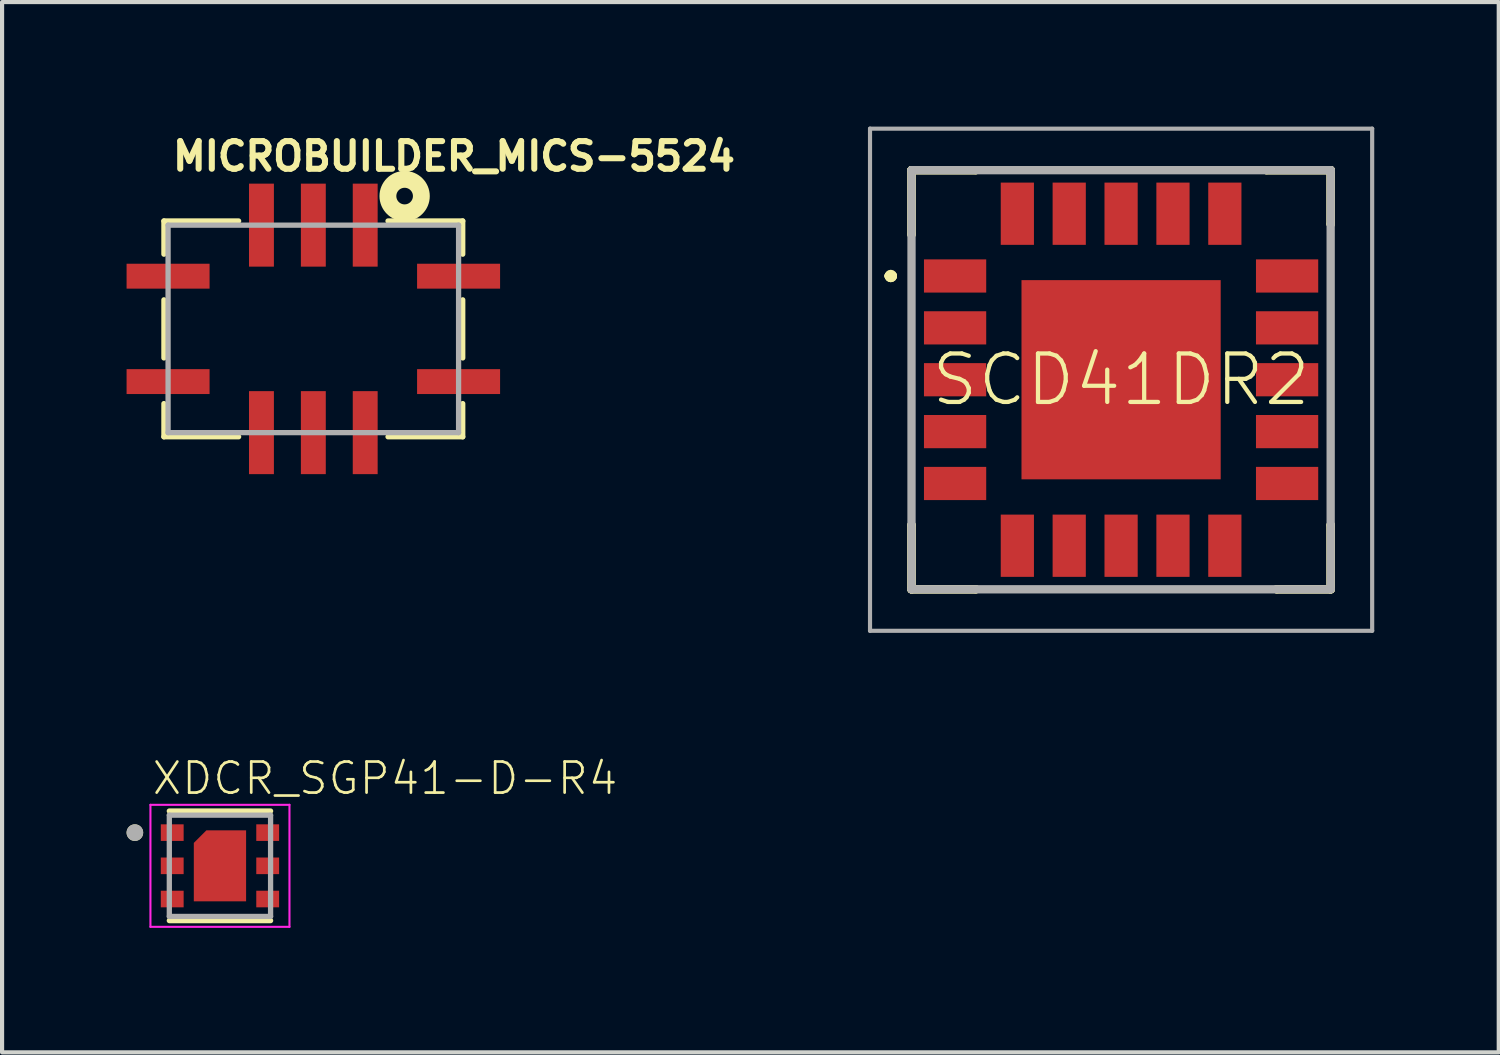
<source format=kicad_pcb>
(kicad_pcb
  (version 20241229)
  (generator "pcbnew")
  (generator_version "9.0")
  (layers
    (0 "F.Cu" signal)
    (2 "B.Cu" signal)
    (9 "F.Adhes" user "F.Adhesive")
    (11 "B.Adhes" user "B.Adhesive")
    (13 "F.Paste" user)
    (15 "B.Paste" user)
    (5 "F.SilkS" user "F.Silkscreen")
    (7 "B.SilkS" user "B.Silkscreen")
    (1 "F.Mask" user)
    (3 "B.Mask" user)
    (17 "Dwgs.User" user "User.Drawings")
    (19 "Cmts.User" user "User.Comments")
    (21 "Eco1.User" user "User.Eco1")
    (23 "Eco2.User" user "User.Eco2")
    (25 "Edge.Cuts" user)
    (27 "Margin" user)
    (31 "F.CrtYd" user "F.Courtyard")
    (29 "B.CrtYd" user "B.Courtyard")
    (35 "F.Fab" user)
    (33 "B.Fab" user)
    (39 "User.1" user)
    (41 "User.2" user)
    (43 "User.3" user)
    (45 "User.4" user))
  (footprint "XDCR_SGP41-D-R4"
    (layer "F.Cu")
    (at 2.25 17.813)
    (property "Reference" "XDCR_SGP41-D-R4" (at -1.675 -1.67 0) (unlocked yes) (layer "F.SilkS") (effects (font (size 0.748 0.748) (thickness 0.065)) (justify left bottom)))
    (fp_poly (pts (xy 0.63 0.855) (xy -0.63 0.855) (xy -0.63 -0.552) (xy -0.327 -0.855) (xy 0.63 -0.855)) (stroke (width 0) (type default)) (fill yes) (layer "F.Cu"))
    (fp_poly (pts (xy 0.68 0.905) (xy -0.68 0.905) (xy -0.68 -0.582) (xy -0.357 -0.905) (xy 0.68 -0.905)) (stroke (width 0) (type default)) (fill yes) (layer "F.Mask"))
    (fp_line (start -1.22 -1.32) (end 1.22 -1.32) (stroke (width 0.127) (type solid)) (layer "F.SilkS"))
    (fp_line (start 1.22 1.32) (end -1.22 1.32) (stroke (width 0.127) (type solid)) (layer "F.SilkS"))
    (fp_circle (center -2.05 -0.8) (end -1.95 -0.8) (stroke (width 0.2) (type solid)) (fill no) (layer "F.SilkS"))
    (fp_poly (pts (xy 0.53 0.755) (xy -0.53 0.755) (xy -0.53 -0.452) (xy -0.227 -0.755) (xy 0.53 -0.755)) (stroke (width 0) (type default)) (fill yes) (layer "F.Paste"))
    (fp_line (start -1.675 -1.47) (end -1.675 1.47) (stroke (width 0.05) (type solid)) (layer "F.CrtYd"))
    (fp_line (start -1.675 1.47) (end 1.675 1.47) (stroke (width 0.05) (type solid)) (layer "F.CrtYd"))
    (fp_line (start 1.675 -1.47) (end -1.675 -1.47) (stroke (width 0.05) (type solid)) (layer "F.CrtYd"))
    (fp_line (start 1.675 1.47) (end 1.675 -1.47) (stroke (width 0.05) (type solid)) (layer "F.CrtYd"))
    (fp_line (start -1.22 -1.22) (end 1.22 -1.22) (stroke (width 0.127) (type solid)) (layer "F.Fab"))
    (fp_line (start -1.22 1.22) (end -1.22 -1.22) (stroke (width 0.127) (type solid)) (layer "F.Fab"))
    (fp_line (start 1.22 -1.22) (end 1.22 1.22) (stroke (width 0.127) (type solid)) (layer "F.Fab"))
    (fp_line (start 1.22 1.22) (end -1.22 1.22) (stroke (width 0.127) (type solid)) (layer "F.Fab"))
    (fp_circle (center -2.05 -0.8) (end -1.95 -0.8) (stroke (width 0.2) (type solid)) (fill no) (layer "F.Fab"))
    (pad "1" smd rect (at -1.15 -0.8) (size 0.55 0.4) (layers "F.Cu" "F.Mask" "F.Paste"))
    (pad "2" smd rect (at -1.15 0) (size 0.55 0.4) (layers "F.Cu" "F.Mask" "F.Paste"))
    (pad "3" smd rect (at -1.15 0.8) (size 0.55 0.4) (layers "F.Cu" "F.Mask" "F.Paste"))
    (pad "4" smd rect (at 1.15 0.8) (size 0.55 0.4) (layers "F.Cu" "F.Mask" "F.Paste"))
    (pad "5" smd rect (at 1.15 0) (size 0.55 0.4) (layers "F.Cu" "F.Mask" "F.Paste"))
    (pad "6" smd rect (at 1.15 -0.8) (size 0.55 0.4) (layers "F.Cu" "F.Mask" "F.Paste"))
    (pad "7" smd rect (at 0 0) (size 0.5 0.5) (layers "F.Cu")))
  (footprint "SCD41DR2"
    (layer "F.Cu")
    (at 23.964 6.1)
    (property "Reference" "SCD41DR2" (at 0 0 0) (unlocked yes) (layer "F.SilkS") (effects (font (size 1.168 1.168) (thickness 0.102))))
    (fp_line (start -5.6 -2.5) (end -5.6 -2.5) (stroke (width 0.2) (type solid)) (layer "F.SilkS"))
    (fp_line (start -5.6 -2.5) (end -5.6 -2.5) (stroke (width 0.2) (type solid)) (layer "F.SilkS"))
    (fp_line (start -5.5 -2.5) (end -5.5 -2.5) (stroke (width 0.2) (type solid)) (layer "F.SilkS"))
    (fp_line (start -5.05 -5.05) (end -5.05 -5.05) (stroke (width 0.2) (type solid)) (layer "F.SilkS"))
    (fp_line (start -5.05 -5.05) (end -5.05 -5.05) (stroke (width 0.2) (type solid)) (layer "F.SilkS"))
    (fp_line (start -5.05 -5.05) (end -5.05 -3.5) (stroke (width 0.2) (type solid)) (layer "F.SilkS"))
    (fp_line (start -5.05 -5.05) (end -3.5 -5.05) (stroke (width 0.2) (type solid)) (layer "F.SilkS"))
    (fp_line (start -5.05 -3.5) (end -5.05 -5.05) (stroke (width 0.2) (type solid)) (layer "F.SilkS"))
    (fp_line (start -5.05 -3.5) (end -5.05 -3.5) (stroke (width 0.2) (type solid)) (layer "F.SilkS"))
    (fp_line (start -5.05 3.5) (end -5.05 3.5) (stroke (width 0.2) (type solid)) (layer "F.SilkS"))
    (fp_line (start -5.05 3.5) (end -5.05 5.05) (stroke (width 0.2) (type solid)) (layer "F.SilkS"))
    (fp_line (start -5.05 5.05) (end -5.05 3.5) (stroke (width 0.2) (type solid)) (layer "F.SilkS"))
    (fp_line (start -5.05 5.05) (end -5.05 5.05) (stroke (width 0.2) (type solid)) (layer "F.SilkS"))
    (fp_line (start -5.05 5.05) (end -5.05 5.05) (stroke (width 0.2) (type solid)) (layer "F.SilkS"))
    (fp_line (start -5.05 5.05) (end -3.5 5.05) (stroke (width 0.2) (type solid)) (layer "F.SilkS"))
    (fp_line (start -3.5 -5.05) (end -5.05 -5.05) (stroke (width 0.2) (type solid)) (layer "F.SilkS"))
    (fp_line (start -3.5 -5.05) (end -3.5 -5.05) (stroke (width 0.2) (type solid)) (layer "F.SilkS"))
    (fp_line (start -3.5 5.05) (end -5.05 5.05) (stroke (width 0.2) (type solid)) (layer "F.SilkS"))
    (fp_line (start -3.5 5.05) (end -3.5 5.05) (stroke (width 0.2) (type solid)) (layer "F.SilkS"))
    (fp_line (start 3.5 -5.05) (end 3.5 -5.05) (stroke (width 0.2) (type solid)) (layer "F.SilkS"))
    (fp_line (start 3.5 -5.05) (end 5.05 -5.05) (stroke (width 0.2) (type solid)) (layer "F.SilkS"))
    (fp_line (start 3.75 5.05) (end 3.75 5.05) (stroke (width 0.2) (type solid)) (layer "F.SilkS"))
    (fp_line (start 3.75 5.05) (end 5.05 5.05) (stroke (width 0.2) (type solid)) (layer "F.SilkS"))
    (fp_line (start 5.05 -5.05) (end 3.5 -5.05) (stroke (width 0.2) (type solid)) (layer "F.SilkS"))
    (fp_line (start 5.05 -5.05) (end 5.05 -5.05) (stroke (width 0.2) (type solid)) (layer "F.SilkS"))
    (fp_line (start 5.05 -5.05) (end 5.05 -5.05) (stroke (width 0.2) (type solid)) (layer "F.SilkS"))
    (fp_line (start 5.05 -5.05) (end 5.05 -3.75) (stroke (width 0.2) (type solid)) (layer "F.SilkS"))
    (fp_line (start 5.05 -3.75) (end 5.05 -5.05) (stroke (width 0.2) (type solid)) (layer "F.SilkS"))
    (fp_line (start 5.05 -3.75) (end 5.05 -3.75) (stroke (width 0.2) (type solid)) (layer "F.SilkS"))
    (fp_line (start 5.05 3.5) (end 5.05 3.5) (stroke (width 0.2) (type solid)) (layer "F.SilkS"))
    (fp_line (start 5.05 3.5) (end 5.05 5.05) (stroke (width 0.2) (type solid)) (layer "F.SilkS"))
    (fp_line (start 5.05 5.05) (end 3.75 5.05) (stroke (width 0.2) (type solid)) (layer "F.SilkS"))
    (fp_line (start 5.05 5.05) (end 5.05 3.5) (stroke (width 0.2) (type solid)) (layer "F.SilkS"))
    (fp_line (start 5.05 5.05) (end 5.05 5.05) (stroke (width 0.2) (type solid)) (layer "F.SilkS"))
    (fp_line (start 5.05 5.05) (end 5.05 5.05) (stroke (width 0.2) (type solid)) (layer "F.SilkS"))
    (fp_arc (start -5.6 -2.5) (mid -5.55 -2.55) (end -5.5 -2.5) (stroke (width 0.2) (type solid)) (layer "F.SilkS"))
    (fp_arc (start -5.5 -2.5) (mid -5.55 -2.45) (end -5.6 -2.5) (stroke (width 0.2) (type solid)) (layer "F.SilkS"))
    (fp_arc (start -5.5 -2.5) (mid -5.55 -2.45) (end -5.6 -2.5) (stroke (width 0.2) (type solid)) (layer "F.SilkS"))
    (fp_line (start -6.05 -6.05) (end 6.05 -6.05) (stroke (width 0.1) (type solid)) (layer "F.Fab"))
    (fp_line (start -6.05 6.05) (end -6.05 -6.05) (stroke (width 0.1) (type solid)) (layer "F.Fab"))
    (fp_line (start -5.05 -5.05) (end -5.05 5.05) (stroke (width 0.2) (type solid)) (layer "F.Fab"))
    (fp_line (start -5.05 5.05) (end 5.05 5.05) (stroke (width 0.2) (type solid)) (layer "F.Fab"))
    (fp_line (start 5.05 -5.05) (end -5.05 -5.05) (stroke (width 0.2) (type solid)) (layer "F.Fab"))
    (fp_line (start 5.05 5.05) (end 5.05 -5.05) (stroke (width 0.2) (type solid)) (layer "F.Fab"))
    (fp_line (start 6.05 -6.05) (end 6.05 6.05) (stroke (width 0.1) (type solid)) (layer "F.Fab"))
    (fp_line (start 6.05 6.05) (end -6.05 6.05) (stroke (width 0.1) (type solid)) (layer "F.Fab"))
    (pad "1" smd rect (at -4 -2.5) (size 1.5 0.8) (layers "F.Cu" "F.Mask" "F.Paste"))
    (pad "2" smd rect (at -4 -1.25) (size 1.5 0.8) (layers "F.Cu" "F.Mask" "F.Paste"))
    (pad "3" smd rect (at -4 0) (size 1.5 0.8) (layers "F.Cu" "F.Mask" "F.Paste"))
    (pad "4" smd rect (at -4 1.25) (size 1.5 0.8) (layers "F.Cu" "F.Mask" "F.Paste"))
    (pad "5" smd rect (at -4 2.5) (size 1.5 0.8) (layers "F.Cu" "F.Mask" "F.Paste"))
    (pad "6" smd rect (at -2.5 4 90) (size 1.5 0.8) (layers "F.Cu" "F.Mask" "F.Paste"))
    (pad "7" smd rect (at -1.25 4 90) (size 1.5 0.8) (layers "F.Cu" "F.Mask" "F.Paste"))
    (pad "8" smd rect (at 0 4 90) (size 1.5 0.8) (layers "F.Cu" "F.Mask" "F.Paste"))
    (pad "9" smd rect (at 1.25 4 90) (size 1.5 0.8) (layers "F.Cu" "F.Mask" "F.Paste"))
    (pad "10" smd rect (at 2.5 4 90) (size 1.5 0.8) (layers "F.Cu" "F.Mask" "F.Paste"))
    (pad "11" smd rect (at 4 2.5) (size 1.5 0.8) (layers "F.Cu" "F.Mask" "F.Paste"))
    (pad "12" smd rect (at 4 1.25) (size 1.5 0.8) (layers "F.Cu" "F.Mask" "F.Paste"))
    (pad "13" smd rect (at 4 0) (size 1.5 0.8) (layers "F.Cu" "F.Mask" "F.Paste"))
    (pad "14" smd rect (at 4 -1.25) (size 1.5 0.8) (layers "F.Cu" "F.Mask" "F.Paste"))
    (pad "15" smd rect (at 4 -2.5) (size 1.5 0.8) (layers "F.Cu" "F.Mask" "F.Paste"))
    (pad "16" smd rect (at 2.5 -4 90) (size 1.5 0.8) (layers "F.Cu" "F.Mask" "F.Paste"))
    (pad "17" smd rect (at 1.25 -4 90) (size 1.5 0.8) (layers "F.Cu" "F.Mask" "F.Paste"))
    (pad "18" smd rect (at 0 -4 90) (size 1.5 0.8) (layers "F.Cu" "F.Mask" "F.Paste"))
    (pad "19" smd rect (at -1.25 -4 90) (size 1.5 0.8) (layers "F.Cu" "F.Mask" "F.Paste"))
    (pad "20" smd rect (at -2.5 -4 90) (size 1.5 0.8) (layers "F.Cu" "F.Mask" "F.Paste"))
    (pad "21" smd rect (at 0 0) (size 4.8 4.8) (layers "F.Cu" "F.Mask" "F.Paste")))
  (footprint "MICROBUILDER_MICS-5524"
    (layer "F.Cu")
    (at 4.5 4.875)
    (property "Reference" "MICROBUILDER_MICS-5524" (at -3.462 -3.77 0) (unlocked yes) (layer "F.SilkS") (effects (font (size 0.666 0.666) (thickness 0.146)) (justify left bottom)))
    (fp_line (start -3.6 -2.6) (end -1.8 -2.6) (stroke (width 0.127) (type solid)) (layer "F.SilkS"))
    (fp_line (start -3.6 -1.8) (end -3.6 -2.6) (stroke (width 0.127) (type solid)) (layer "F.SilkS"))
    (fp_line (start -3.6 -0.7) (end -3.6 0.7) (stroke (width 0.127) (type solid)) (layer "F.SilkS"))
    (fp_line (start -3.6 2.6) (end -3.6 1.8) (stroke (width 0.127) (type solid)) (layer "F.SilkS"))
    (fp_line (start -1.8 2.6) (end -3.6 2.6) (stroke (width 0.127) (type solid)) (layer "F.SilkS"))
    (fp_line (start 1.8 -2.6) (end 3.6 -2.6) (stroke (width 0.127) (type solid)) (layer "F.SilkS"))
    (fp_line (start 1.8 2.6) (end 3.6 2.6) (stroke (width 0.127) (type solid)) (layer "F.SilkS"))
    (fp_line (start 3.6 -2.6) (end 3.6 -1.8) (stroke (width 0.127) (type solid)) (layer "F.SilkS"))
    (fp_line (start 3.6 -0.7) (end 3.6 0.7) (stroke (width 0.127) (type solid)) (layer "F.SilkS"))
    (fp_line (start 3.6 2.6) (end 3.6 1.8) (stroke (width 0.127) (type solid)) (layer "F.SilkS"))
    (fp_circle (center 2.2 -3.2) (end 2.4 -3.2) (stroke (width 0.406) (type solid)) (fill no) (layer "F.SilkS"))
    (fp_line (start -3.5 -2.5) (end 3.5 -2.5) (stroke (width 0.127) (type solid)) (layer "F.Fab"))
    (fp_line (start -3.5 2.5) (end -3.5 -2.5) (stroke (width 0.127) (type solid)) (layer "F.Fab"))
    (fp_line (start 3.5 -2.5) (end 3.5 2.5) (stroke (width 0.127) (type solid)) (layer "F.Fab"))
    (fp_line (start 3.5 2.5) (end -3.5 2.5) (stroke (width 0.127) (type solid)) (layer "F.Fab"))
    (pad "A" smd rect (at 1.25 -2.5) (size 0.6 2) (layers "F.Cu" "F.Mask" "F.Paste"))
    (pad "B" smd rect (at 0 -2.5) (size 0.6 2) (layers "F.Cu" "F.Mask" "F.Paste"))
    (pad "C" smd rect (at -1.25 -2.5) (size 0.6 2) (layers "F.Cu" "F.Mask" "F.Paste"))
    (pad "D" smd rect (at -3.5 -1.27 90) (size 0.6 2) (layers "F.Cu" "F.Mask" "F.Paste"))
    (pad "E" smd rect (at -3.5 1.27 90) (size 0.6 2) (layers "F.Cu" "F.Mask" "F.Paste"))
    (pad "F" smd rect (at -1.25 2.5) (size 0.6 2) (layers "F.Cu" "F.Mask" "F.Paste"))
    (pad "G" smd rect (at 0 2.5) (size 0.6 2) (layers "F.Cu" "F.Mask" "F.Paste"))
    (pad "H" smd rect (at 1.25 2.5) (size 0.6 2) (layers "F.Cu" "F.Mask" "F.Paste"))
    (pad "J" smd rect (at 3.5 1.27 90) (size 0.6 2) (layers "F.Cu" "F.Mask" "F.Paste"))
    (pad "K" smd rect (at 3.5 -1.27 90) (size 0.6 2) (layers "F.Cu" "F.Mask" "F.Paste")))
  (gr_rect
    (start -3 -3)
    (end 33.064 22.308)
    (stroke (width 0.1) (type default))
    (fill no)
    (layer "Edge.Cuts")))
</source>
